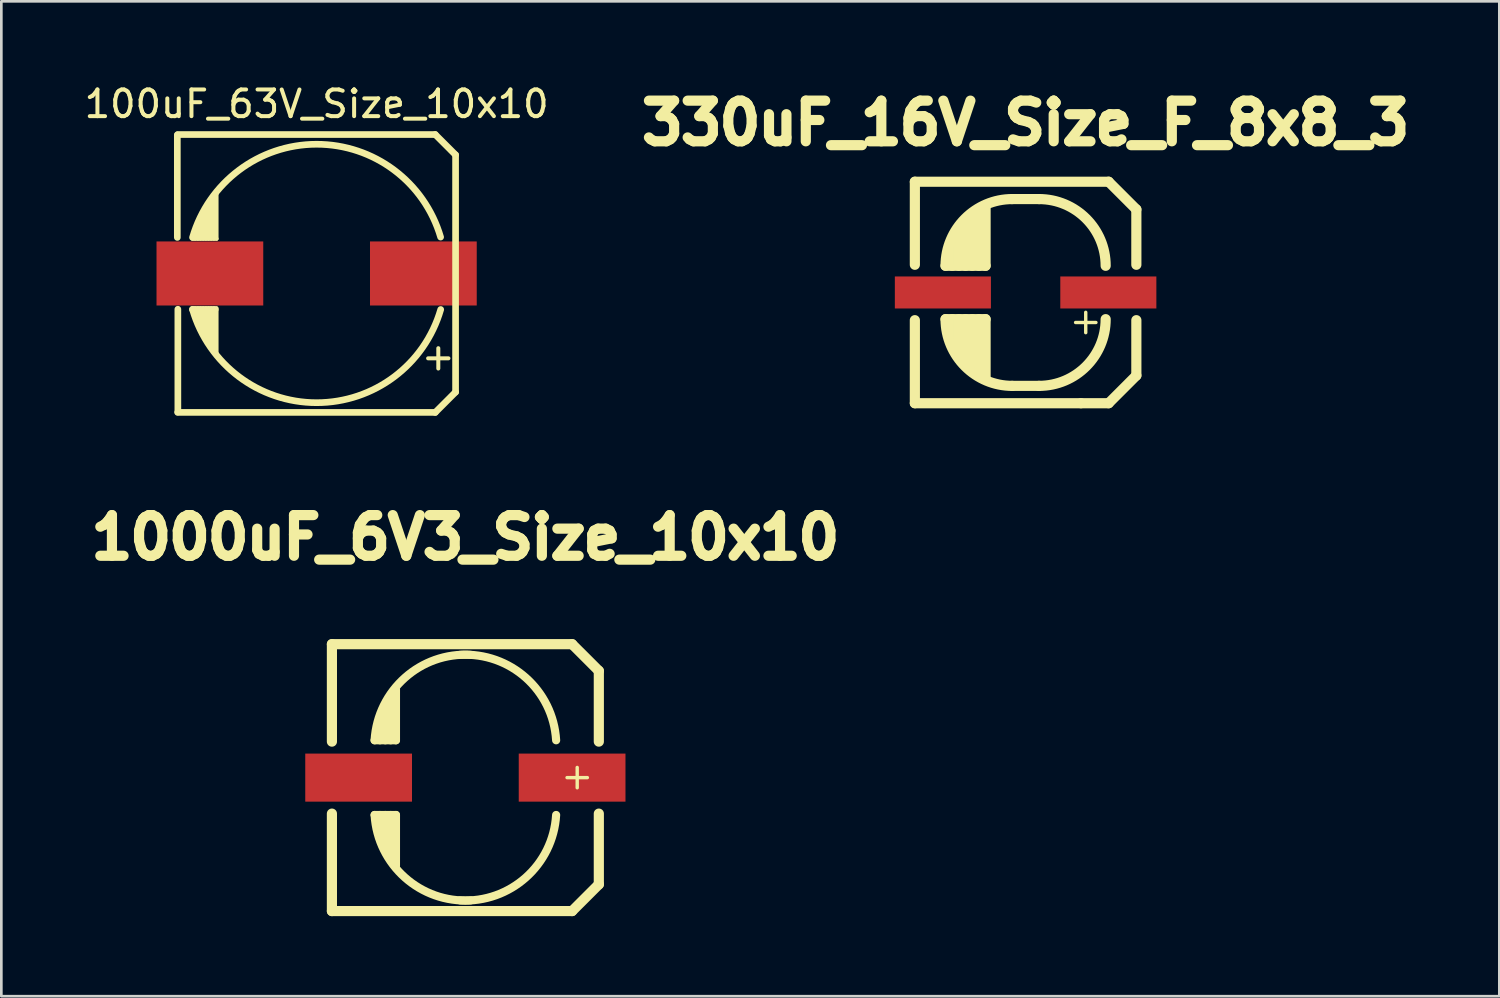
<source format=kicad_pcb>
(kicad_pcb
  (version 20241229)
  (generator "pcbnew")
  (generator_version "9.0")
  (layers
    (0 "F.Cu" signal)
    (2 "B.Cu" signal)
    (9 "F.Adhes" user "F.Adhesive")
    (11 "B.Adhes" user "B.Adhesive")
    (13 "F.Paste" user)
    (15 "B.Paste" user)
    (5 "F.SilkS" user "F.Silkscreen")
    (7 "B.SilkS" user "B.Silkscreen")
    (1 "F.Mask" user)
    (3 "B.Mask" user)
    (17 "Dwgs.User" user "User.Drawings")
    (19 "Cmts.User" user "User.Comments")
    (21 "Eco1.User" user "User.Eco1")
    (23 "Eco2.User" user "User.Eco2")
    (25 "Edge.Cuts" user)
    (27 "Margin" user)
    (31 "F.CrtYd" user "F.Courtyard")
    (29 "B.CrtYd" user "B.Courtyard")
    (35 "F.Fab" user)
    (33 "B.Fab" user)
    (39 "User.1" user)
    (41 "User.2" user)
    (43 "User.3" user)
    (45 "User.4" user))
  (footprint "100uF_63V_Size_10x10"
    (layer "F.Cu")
    (at 8.815 7.198)
    (property "Reference" "100uF_63V_Size_10x10" (at 0 -6.35 0) (layer "F.SilkS") (effects (font (size 1 1) (thickness 0.15))))
    (attr smd)
    (fp_line (start -5.22 -5.19) (end -5.22 -1.35) (stroke (width 0.25) (type solid)) (layer "F.SilkS"))
    (fp_line (start -5.207 5.207) (end 4.445 5.207) (stroke (width 0.25) (type solid)) (layer "F.SilkS"))
    (fp_line (start -5.2 5.19) (end -5.2 1.34) (stroke (width 0.25) (type solid)) (layer "F.SilkS"))
    (fp_line (start -4.65 1.35) (end -3.8 1.35) (stroke (width 0.25) (type solid)) (layer "F.SilkS"))
    (fp_line (start -4.55 -1.3) (end -4.55 -1.5) (stroke (width 0.15) (type solid)) (layer "F.SilkS"))
    (fp_line (start -4.55 1.3) (end -4.55 1.55) (stroke (width 0.15) (type solid)) (layer "F.SilkS"))
    (fp_line (start -4.45 -1.3) (end -4.45 -1.8) (stroke (width 0.15) (type solid)) (layer "F.SilkS"))
    (fp_line (start -4.45 1.3) (end -4.45 1.75) (stroke (width 0.15) (type solid)) (layer "F.SilkS"))
    (fp_line (start -4.35 -1.3) (end -4.35 -2.05) (stroke (width 0.15) (type solid)) (layer "F.SilkS"))
    (fp_line (start -4.35 1.3) (end -4.35 2) (stroke (width 0.15) (type solid)) (layer "F.SilkS"))
    (fp_line (start -4.25 -1.3) (end -4.25 -2.25) (stroke (width 0.15) (type solid)) (layer "F.SilkS"))
    (fp_line (start -4.25 1.3) (end -4.25 2.2) (stroke (width 0.15) (type solid)) (layer "F.SilkS"))
    (fp_line (start -4.15 -1.3) (end -4.15 -2.4) (stroke (width 0.15) (type solid)) (layer "F.SilkS"))
    (fp_line (start -4.15 1.3) (end -4.15 2.4) (stroke (width 0.15) (type solid)) (layer "F.SilkS"))
    (fp_line (start -4.05 -1.3) (end -4.05 -2.55) (stroke (width 0.15) (type solid)) (layer "F.SilkS"))
    (fp_line (start -4.05 1.3) (end -4.05 2.55) (stroke (width 0.15) (type solid)) (layer "F.SilkS"))
    (fp_line (start -3.95 -1.3) (end -3.95 -2.7) (stroke (width 0.15) (type solid)) (layer "F.SilkS"))
    (fp_line (start -3.95 1.3) (end -3.95 2.75) (stroke (width 0.15) (type solid)) (layer "F.SilkS"))
    (fp_line (start -3.85 -1.3) (end -3.85 -2.85) (stroke (width 0.15) (type solid)) (layer "F.SilkS"))
    (fp_line (start -3.85 1.3) (end -3.85 2.85) (stroke (width 0.15) (type solid)) (layer "F.SilkS"))
    (fp_line (start -3.75 -1.3) (end -4.65 -1.3) (stroke (width 0.15) (type solid)) (layer "F.SilkS"))
    (fp_line (start -3.75 -1.3) (end -3.75 -3) (stroke (width 0.15) (type solid)) (layer "F.SilkS"))
    (fp_line (start -3.75 1.3) (end -3.75 3) (stroke (width 0.15) (type solid)) (layer "F.SilkS"))
    (fp_line (start 4.445 -5.207) (end -5.207 -5.207) (stroke (width 0.25) (type solid)) (layer "F.SilkS"))
    (fp_line (start 4.445 5.207) (end 5.207 4.445) (stroke (width 0.25) (type solid)) (layer "F.SilkS"))
    (fp_line (start 4.56 2.8) (end 4.56 3.562) (stroke (width 0.15) (type solid)) (layer "F.SilkS"))
    (fp_line (start 4.94 3.18) (end 4.178 3.18) (stroke (width 0.15) (type solid)) (layer "F.SilkS"))
    (fp_line (start 5.207 -4.445) (end 4.445 -5.207) (stroke (width 0.25) (type solid)) (layer "F.SilkS"))
    (fp_line (start 5.207 4.445) (end 5.207 -4.445) (stroke (width 0.25) (type solid)) (layer "F.SilkS"))
    (fp_arc (start -4.65 -1.35) (mid -0.00704 -4.841999) (end 4.646055 -1.363516) (stroke (width 0.25) (type solid)) (layer "F.SilkS"))
    (fp_arc (start 4.65 1.35) (mid -0.003715 4.842002) (end -4.652066 1.342864) (stroke (width 0.25) (type solid)) (layer "F.SilkS"))
    (pad "1" smd rect (at 4 0) (size 4 2.4) (layers "F.Cu" "F.Mask" "F.Paste"))
    (pad "2" smd rect (at -4 0) (size 4 2.4) (layers "F.Cu" "F.Mask" "F.Paste")))
  (footprint "330uF_16V_Size_F_8x8_3"
    (layer "F.Cu")
    (at 35.383 7.91)
    (property "Reference" "330uF_16V_Size_F_8x8_3" (at 0 -6.35 0) (layer "F.SilkS") (effects (font (size 1.524 1.524) (thickness 0.381))))
    (attr through_hole)
    (fp_line (start -4.15 -4.15) (end 3.112 -4.15) (stroke (width 0.381) (type solid)) (layer "F.SilkS"))
    (fp_line (start -4.15 -1.038) (end -4.15 -4.15) (stroke (width 0.381) (type solid)) (layer "F.SilkS"))
    (fp_line (start -4.15 1.038) (end -4.15 4.15) (stroke (width 0.381) (type solid)) (layer "F.SilkS"))
    (fp_line (start -4.15 4.15) (end 2.075 4.15) (stroke (width 0.381) (type solid)) (layer "F.SilkS"))
    (fp_line (start -3 -1) (end -1.5 -1) (stroke (width 0.381) (type solid)) (layer "F.SilkS"))
    (fp_line (start -3 1) (end -1.5 1) (stroke (width 0.381) (type solid)) (layer "F.SilkS"))
    (fp_line (start -2.75 -1) (end -2.75 -1.75) (stroke (width 0.381) (type solid)) (layer "F.SilkS"))
    (fp_line (start -2.75 1) (end -2.75 1.75) (stroke (width 0.381) (type solid)) (layer "F.SilkS"))
    (fp_line (start -2.5 -1) (end -2.5 -2.25) (stroke (width 0.381) (type solid)) (layer "F.SilkS"))
    (fp_line (start -2.5 1) (end -2.5 2.25) (stroke (width 0.381) (type solid)) (layer "F.SilkS"))
    (fp_line (start -2.25 -1) (end -2.25 -2.5) (stroke (width 0.381) (type solid)) (layer "F.SilkS"))
    (fp_line (start -2.25 1) (end -2.25 2.5) (stroke (width 0.381) (type solid)) (layer "F.SilkS"))
    (fp_line (start -2 -1) (end -2 -2.75) (stroke (width 0.381) (type solid)) (layer "F.SilkS"))
    (fp_line (start -2 1) (end -2 2.75) (stroke (width 0.381) (type solid)) (layer "F.SilkS"))
    (fp_line (start -1.75 -1) (end -1.75 -3) (stroke (width 0.381) (type solid)) (layer "F.SilkS"))
    (fp_line (start -1.75 1) (end -1.75 3) (stroke (width 0.381) (type solid)) (layer "F.SilkS"))
    (fp_line (start -1.5 -1) (end -1.5 -3.25) (stroke (width 0.381) (type solid)) (layer "F.SilkS"))
    (fp_line (start -1.5 1) (end -1.5 3.25) (stroke (width 0.381) (type solid)) (layer "F.SilkS"))
    (fp_line (start -0.5 -3.5) (end 0.5 -3.5) (stroke (width 0.381) (type solid)) (layer "F.SilkS"))
    (fp_line (start 0.5 3.5) (end -0.5 3.5) (stroke (width 0.381) (type solid)) (layer "F.SilkS"))
    (fp_line (start 2.075 4.15) (end 3.112 4.15) (stroke (width 0.381) (type solid)) (layer "F.SilkS"))
    (fp_line (start 2.253 0.744) (end 2.253 1.506) (stroke (width 0.127) (type solid)) (layer "F.SilkS"))
    (fp_line (start 2.635 1.125) (end 1.873 1.125) (stroke (width 0.127) (type solid)) (layer "F.SilkS"))
    (fp_line (start 3.112 -4.15) (end 4.15 -3.112) (stroke (width 0.381) (type solid)) (layer "F.SilkS"))
    (fp_line (start 3.112 4.15) (end 4.15 3.112) (stroke (width 0.381) (type solid)) (layer "F.SilkS"))
    (fp_line (start 4.15 -3.112) (end 4.15 -1.038) (stroke (width 0.381) (type solid)) (layer "F.SilkS"))
    (fp_line (start 4.15 3.112) (end 4.15 1.038) (stroke (width 0.381) (type solid)) (layer "F.SilkS"))
    (fp_arc (start -3 -1) (mid -2.267767 -2.767767) (end -0.5 -3.5) (stroke (width 0.381) (type solid)) (layer "F.SilkS"))
    (fp_arc (start -0.5 3.5) (mid -2.267767 2.767767) (end -3 1) (stroke (width 0.381) (type solid)) (layer "F.SilkS"))
    (fp_arc (start 0.5 -3.5) (mid 2.267767 -2.767767) (end 3 -1) (stroke (width 0.381) (type solid)) (layer "F.SilkS"))
    (fp_arc (start 3 1) (mid 2.267767 2.767767) (end 0.5 3.5) (stroke (width 0.381) (type solid)) (layer "F.SilkS"))
    (pad "1" smd rect (at 3.1 0) (size 3.6 1.2) (layers "F.Cu" "F.Mask" "F.Paste"))
    (pad "2" smd rect (at -3.1 0) (size 3.6 1.2) (layers "F.Cu" "F.Mask" "F.Paste")))
  (footprint "1000uF_6V3_Size_10x10"
    (layer "F.Cu")
    (at 14.389 26.09)
    (property "Reference" "1000uF_6V3_Size_10x10" (at 0 -8.999 0) (layer "F.SilkS") (effects (font (size 1.524 1.524) (thickness 0.381))))
    (attr through_hole)
    (fp_line (start -5.001 -5.001) (end -5.001 -1.349) (stroke (width 0.381) (type solid)) (layer "F.SilkS"))
    (fp_line (start -5.001 -5.001) (end 4 -5.001) (stroke (width 0.381) (type solid)) (layer "F.SilkS"))
    (fp_line (start -5.001 5.001) (end -5.001 1.349) (stroke (width 0.381) (type solid)) (layer "F.SilkS"))
    (fp_line (start -5.001 5.001) (end 4 5.001) (stroke (width 0.381) (type solid)) (layer "F.SilkS"))
    (fp_line (start -3.401 -1.4) (end -2.601 -1.4) (stroke (width 0.305) (type solid)) (layer "F.SilkS"))
    (fp_line (start -3.401 1.4) (end -2.601 1.4) (stroke (width 0.305) (type solid)) (layer "F.SilkS"))
    (fp_line (start -3.2 -1.4) (end -3.2 -2.2) (stroke (width 0.305) (type solid)) (layer "F.SilkS"))
    (fp_line (start -3.2 1.4) (end -3.2 2.301) (stroke (width 0.305) (type solid)) (layer "F.SilkS"))
    (fp_line (start -3 -1.4) (end -3 -2.7) (stroke (width 0.305) (type solid)) (layer "F.SilkS"))
    (fp_line (start -3 1.4) (end -3 2.7) (stroke (width 0.305) (type solid)) (layer "F.SilkS"))
    (fp_line (start -2.799 -1.4) (end -2.799 -3) (stroke (width 0.305) (type solid)) (layer "F.SilkS"))
    (fp_line (start -2.799 1.4) (end -2.799 3) (stroke (width 0.305) (type solid)) (layer "F.SilkS"))
    (fp_line (start -2.601 -1.4) (end -2.601 -3.299) (stroke (width 0.305) (type solid)) (layer "F.SilkS"))
    (fp_line (start -2.601 1.4) (end -2.601 3.299) (stroke (width 0.305) (type solid)) (layer "F.SilkS"))
    (fp_line (start 4 -5.001) (end 5.001 -4) (stroke (width 0.381) (type solid)) (layer "F.SilkS"))
    (fp_line (start 4 5.001) (end 5.001 4) (stroke (width 0.381) (type solid)) (layer "F.SilkS"))
    (fp_line (start 4.191 -0.381) (end 4.191 0.381) (stroke (width 0.127) (type solid)) (layer "F.SilkS"))
    (fp_line (start 4.572 0) (end 3.81 0) (stroke (width 0.127) (type solid)) (layer "F.SilkS"))
    (fp_line (start 5.001 -4) (end 5.001 -1.349) (stroke (width 0.381) (type solid)) (layer "F.SilkS"))
    (fp_line (start 5.001 4) (end 5.001 1.349) (stroke (width 0.381) (type solid)) (layer "F.SilkS"))
    (fp_arc (start -3.40106 -1.39954) (mid -2.263025 -3.745681) (end 0.20066 -4.59994) (stroke (width 0.3048) (type solid)) (layer "F.SilkS"))
    (fp_arc (start -0.20066 -4.59994) (mid 2.263025 -3.745681) (end 3.40106 -1.39954) (stroke (width 0.3048) (type solid)) (layer "F.SilkS"))
    (fp_arc (start 0.20066 4.59994) (mid -2.263025 3.745681) (end -3.40106 1.39954) (stroke (width 0.3048) (type solid)) (layer "F.SilkS"))
    (fp_arc (start 3.40106 1.39954) (mid 2.263025 3.745681) (end -0.20066 4.59994) (stroke (width 0.3048) (type solid)) (layer "F.SilkS"))
    (pad "1" smd rect (at 4 0) (size 4 1.801) (layers "F.Cu" "F.Mask" "F.Paste"))
    (pad "2" smd rect (at -4 0) (size 4 1.801) (layers "F.Cu" "F.Mask" "F.Paste")))
  (gr_rect
    (start -3 -3)
    (end 53.135 34.281)
    (stroke (width 0.1) (type default))
    (fill no)
    (layer "Edge.Cuts")))
</source>
